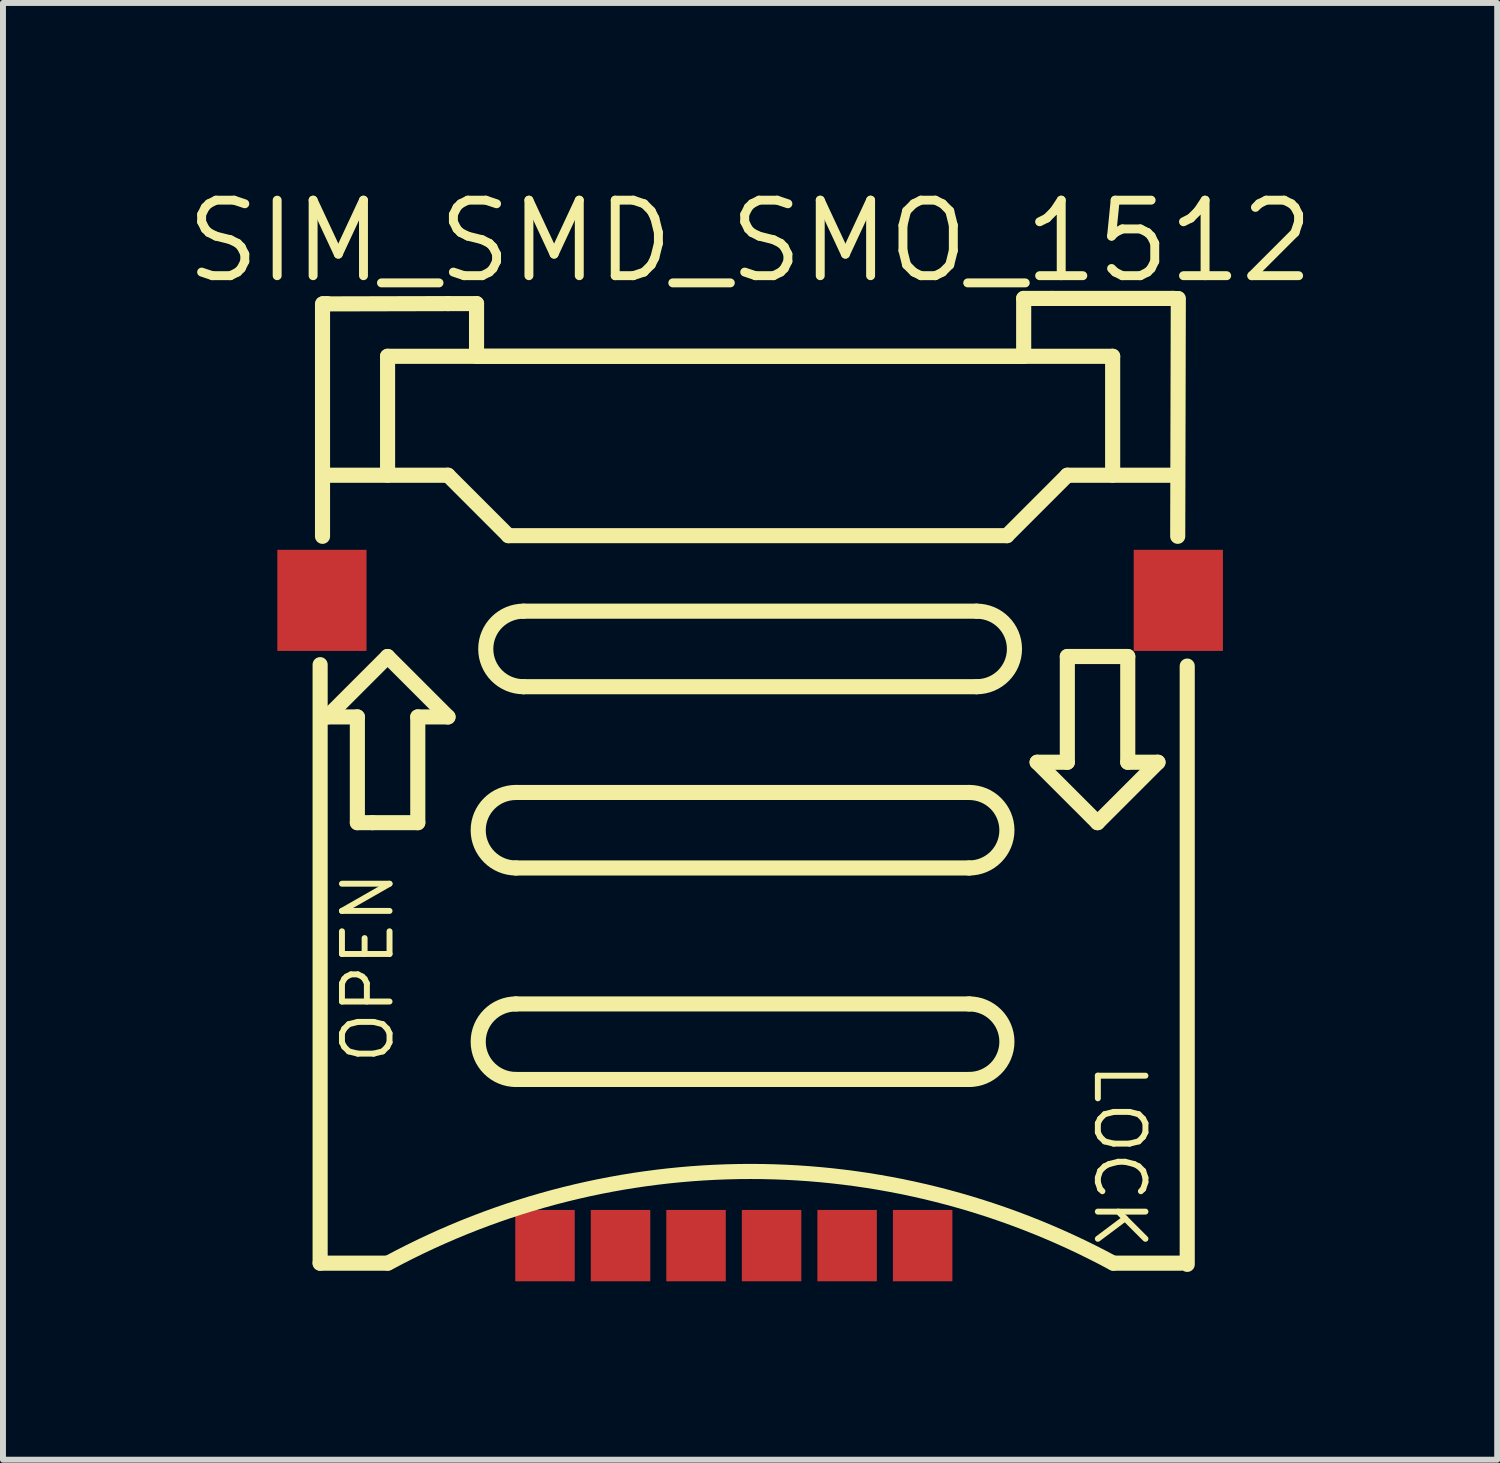
<source format=kicad_pcb>
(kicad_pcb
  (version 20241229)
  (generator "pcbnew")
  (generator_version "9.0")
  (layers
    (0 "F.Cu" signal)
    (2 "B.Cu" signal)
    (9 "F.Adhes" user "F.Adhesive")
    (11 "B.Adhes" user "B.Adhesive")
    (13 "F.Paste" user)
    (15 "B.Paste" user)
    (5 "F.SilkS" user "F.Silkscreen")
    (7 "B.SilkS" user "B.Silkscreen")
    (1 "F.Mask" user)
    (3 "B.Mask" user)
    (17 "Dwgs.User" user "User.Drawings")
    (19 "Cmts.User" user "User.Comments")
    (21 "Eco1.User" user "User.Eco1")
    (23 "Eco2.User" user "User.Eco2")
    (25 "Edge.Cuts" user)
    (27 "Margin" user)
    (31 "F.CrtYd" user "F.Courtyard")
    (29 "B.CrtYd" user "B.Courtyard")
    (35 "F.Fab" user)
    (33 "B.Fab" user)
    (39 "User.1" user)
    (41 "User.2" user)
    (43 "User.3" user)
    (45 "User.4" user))
  (footprint "SIM_SMD_SMO_1512"
    (layer "F.Cu")
    (at 9.563 12.47)
    (property "Reference" "SIM_SMD_SMO_1512" (at 0 -11.464 0) (layer "F.SilkS") (effects (font (size 1.27 1.27) (thickness 0.15))))
    (fp_line (start -7.23 -4.344) (end -7.23 5.72) (stroke (width 0.254) (type default)) (layer "F.SilkS"))
    (fp_line (start -7.23 5.72) (end -6.1 5.72) (stroke (width 0.254) (type default)) (layer "F.SilkS"))
    (fp_line (start -7.19 -10.41) (end -7.19 -6.502) (stroke (width 0.254) (type default)) (layer "F.SilkS"))
    (fp_line (start -7.181 -10.41) (end -5.08 -10.415) (stroke (width 0.254) (type default)) (layer "F.SilkS"))
    (fp_line (start -7.112 -10.415) (end -7.181 -10.41) (stroke (width 0.254) (type default)) (layer "F.SilkS"))
    (fp_line (start -7.112 -7.529) (end -5.08 -7.529) (stroke (width 0.254) (type default)) (layer "F.SilkS"))
    (fp_line (start -7.112 -3.465) (end -6.604 -3.465) (stroke (width 0.254) (type default)) (layer "F.SilkS"))
    (fp_line (start -6.604 -3.465) (end -6.604 -1.687) (stroke (width 0.254) (type default)) (layer "F.SilkS"))
    (fp_line (start -6.604 -1.687) (end -6.35 -1.687) (stroke (width 0.254) (type default)) (layer "F.SilkS"))
    (fp_line (start -6.35 -1.687) (end -5.588 -1.687) (stroke (width 0.254) (type default)) (layer "F.SilkS"))
    (fp_line (start -6.096 -9.529) (end 6.096 -9.529) (stroke (width 0.254) (type default)) (layer "F.SilkS"))
    (fp_line (start -6.096 -7.53) (end -6.096 -9.529) (stroke (width 0.254) (type default)) (layer "F.SilkS"))
    (fp_line (start -6.096 -4.481) (end -7.112 -3.465) (stroke (width 0.254) (type default)) (layer "F.SilkS"))
    (fp_line (start -5.588 -3.465) (end -5.08 -3.465) (stroke (width 0.254) (type default)) (layer "F.SilkS"))
    (fp_line (start -5.588 -1.687) (end -5.588 -3.465) (stroke (width 0.254) (type default)) (layer "F.SilkS"))
    (fp_line (start -5.08 -10.415) (end -4.6 -10.415) (stroke (width 0.254) (type default)) (layer "F.SilkS"))
    (fp_line (start -5.08 -7.529) (end -4.064 -6.513) (stroke (width 0.254) (type default)) (layer "F.SilkS"))
    (fp_line (start -5.08 -3.465) (end -6.096 -4.481) (stroke (width 0.254) (type default)) (layer "F.SilkS"))
    (fp_line (start -4.6 -10.415) (end -4.6 -9.529) (stroke (width 0.254) (type default)) (layer "F.SilkS"))
    (fp_line (start -4.6 -9.529) (end 4.6 -9.529) (stroke (width 0.254) (type default)) (layer "F.SilkS"))
    (fp_line (start -4.064 -6.513) (end 4.318 -6.513) (stroke (width 0.254) (type default)) (layer "F.SilkS"))
    (fp_line (start -3.937 -2.195) (end 3.683 -2.195) (stroke (width 0.254) (type default)) (layer "F.SilkS"))
    (fp_line (start -3.937 -0.925) (end 3.683 -0.925) (stroke (width 0.254) (type default)) (layer "F.SilkS"))
    (fp_line (start -3.937 1.361) (end 3.683 1.361) (stroke (width 0.254) (type default)) (layer "F.SilkS"))
    (fp_line (start -3.937 2.631) (end 3.683 2.631) (stroke (width 0.254) (type default)) (layer "F.SilkS"))
    (fp_line (start -3.81 -5.243) (end 3.81 -5.243) (stroke (width 0.254) (type default)) (layer "F.SilkS"))
    (fp_line (start -3.81 -3.973) (end 3.81 -3.973) (stroke (width 0.254) (type default)) (layer "F.SilkS"))
    (fp_line (start 4.318 -6.513) (end 5.334 -7.529) (stroke (width 0.254) (type default)) (layer "F.SilkS"))
    (fp_line (start 4.6 -10.502) (end 5.08 -10.502) (stroke (width 0.254) (type default)) (layer "F.SilkS"))
    (fp_line (start 4.6 -9.529) (end 4.6 -10.502) (stroke (width 0.254) (type default)) (layer "F.SilkS"))
    (fp_line (start 4.826 -2.703) (end 5.842 -1.687) (stroke (width 0.254) (type default)) (layer "F.SilkS"))
    (fp_line (start 5.08 -10.502) (end 7.112 -10.502) (stroke (width 0.254) (type default)) (layer "F.SilkS"))
    (fp_line (start 5.334 -7.529) (end 7.112 -7.529) (stroke (width 0.254) (type default)) (layer "F.SilkS"))
    (fp_line (start 5.334 -4.481) (end 5.334 -2.703) (stroke (width 0.254) (type default)) (layer "F.SilkS"))
    (fp_line (start 5.334 -2.703) (end 4.826 -2.703) (stroke (width 0.254) (type default)) (layer "F.SilkS"))
    (fp_line (start 5.842 -1.687) (end 6.858 -2.703) (stroke (width 0.254) (type default)) (layer "F.SilkS"))
    (fp_line (start 6.096 -9.529) (end 6.096 -7.53) (stroke (width 0.254) (type default)) (layer "F.SilkS"))
    (fp_line (start 6.096 -4.481) (end 5.334 -4.481) (stroke (width 0.254) (type default)) (layer "F.SilkS"))
    (fp_line (start 6.11 5.72) (end 7.24 5.72) (stroke (width 0.254) (type default)) (layer "F.SilkS"))
    (fp_line (start 6.35 -4.481) (end 6.096 -4.481) (stroke (width 0.254) (type default)) (layer "F.SilkS"))
    (fp_line (start 6.35 -2.703) (end 6.35 -4.481) (stroke (width 0.254) (type default)) (layer "F.SilkS"))
    (fp_line (start 6.858 -2.703) (end 6.35 -2.703) (stroke (width 0.254) (type default)) (layer "F.SilkS"))
    (fp_line (start 7.112 -10.502) (end 7.191 -10.499) (stroke (width 0.254) (type default)) (layer "F.SilkS"))
    (fp_line (start 7.2 -10.5) (end 7.19 -6.502) (stroke (width 0.254) (type default)) (layer "F.SilkS"))
    (fp_line (start 7.35 -4.32) (end 7.35 5.74) (stroke (width 0.254) (type default)) (layer "F.SilkS"))
    (fp_arc (start -6.09 5.72) (mid 0.008 4.177965) (end 6.106 5.72) (stroke (width 0.254) (type default)) (layer "F.SilkS"))
    (fp_arc (start -3.937 -0.925) (mid -4.572 -1.56) (end -3.937 -2.195) (stroke (width 0.254) (type default)) (layer "F.SilkS"))
    (fp_arc (start -3.937 2.631) (mid -4.572 1.996) (end -3.937 1.361) (stroke (width 0.254) (type default)) (layer "F.SilkS"))
    (fp_arc (start -3.81 -3.973) (mid -4.445 -4.608) (end -3.81 -5.243) (stroke (width 0.254) (type default)) (layer "F.SilkS"))
    (fp_arc (start 3.683 -2.195) (mid 4.318 -1.56) (end 3.683 -0.925) (stroke (width 0.254) (type default)) (layer "F.SilkS"))
    (fp_arc (start 3.683 1.361) (mid 4.318 1.996) (end 3.683 2.631) (stroke (width 0.254) (type default)) (layer "F.SilkS"))
    (fp_arc (start 3.81 -5.243) (mid 4.445 -4.608) (end 3.81 -3.973) (stroke (width 0.254) (type default)) (layer "F.SilkS"))
    (fp_circle (center 7.736 -10.4) (end 7.766 -10.4) (stroke (width 0.06) (type default)) (fill no) (layer "User.5"))
    (fp_text user "OPEN" (at -6.896 2.415 90) (unlocked yes) (layer "F.SilkS") (effects (font (size 0.8 0.8) (thickness 0.1)) (justify left top)))
    (fp_text user "LOCK" (at 6.68 2.311 270) (unlocked yes) (layer "F.SilkS") (effects (font (size 0.8 0.8) (thickness 0.1)) (justify left top)))
    (pad "7" smd rect (at 7.2 -5.425) (size 1.5 1.7) (layers "F.Cu" "F.Mask" "F.Paste"))
    (pad "8" smd rect (at -7.2 -5.425) (size 1.5 1.7) (layers "F.Cu" "F.Mask" "F.Paste"))
    (pad "C1" smd rect (at -2.179 5.425) (size 1 1.2) (layers "F.Cu" "F.Mask" "F.Paste"))
    (pad "C2" smd rect (at 0.361 5.425) (size 1 1.2) (layers "F.Cu" "F.Mask" "F.Paste"))
    (pad "C3" smd rect (at 2.901 5.425) (size 1 1.2) (layers "F.Cu" "F.Mask" "F.Paste"))
    (pad "C5" smd rect (at -3.449 5.425) (size 1 1.2) (layers "F.Cu" "F.Mask" "F.Paste"))
    (pad "C6" smd rect (at -0.909 5.425) (size 1 1.2) (layers "F.Cu" "F.Mask" "F.Paste"))
    (pad "C7" smd rect (at 1.631 5.425) (size 1 1.2) (layers "F.Cu" "F.Mask" "F.Paste"))
    (zone (net_name "") (layer "Dwgs.User") (hatch edge 0.5) (priority 100) (connect_pads yes) (min_thickness 0) (filled_areas_thickness no) (fill yes) (polygon (pts (arc (start 2.362525 2.1971) (mid 2.235525 2.0701) (end 2.362525 1.9431)) (arc (start 4.862525 1.9431) (mid 4.952328 1.980297) (end 4.989525 2.0701)) (xy 4.99 2.943) (xy 14.136 2.943) (arc (start 14.135525 2.0701) (mid 14.172722 1.980297) (end 14.262525 1.9431)) (arc (start 16.662525 1.9431) (mid 16.789525 2.0701) (end 16.662525 2.1971)) (xy 14.39 2.197) (arc (start 14.389525 3.0701) (mid 14.352328 3.159903) (end 14.262525 3.1971)) (arc (start 4.862525 3.1971) (mid 4.772722 3.159903) (end 4.735525 3.0701)) (xy 4.736 2.197))) (filled_polygon (layer "Dwgs.User") (island) (pts (arc (start 2.362525 2.1971) (mid 2.235525 2.0701) (end 2.362525 1.9431)) (arc (start 4.862525 1.9431) (mid 4.952328 1.980297) (end 4.989525 2.0701)) (xy 4.99 2.943) (xy 14.136 2.943) (arc (start 14.135525 2.0701) (mid 14.172722 1.980297) (end 14.262525 1.9431)) (arc (start 16.662525 1.9431) (mid 16.789525 2.0701) (end 16.662525 2.1971)) (xy 14.39 2.197) (arc (start 14.389525 3.0701) (mid 14.352328 3.159903) (end 14.262525 3.1971)) (arc (start 4.862525 3.1971) (mid 4.772722 3.159903) (end 4.735525 3.0701)) (xy 4.736 2.197))))
    (zone (net_name "") (layer "Dwgs.User") (hatch edge 0.5) (priority 100) (connect_pads yes) (min_thickness 0) (filled_areas_thickness no) (fill yes) (polygon (pts (arc (start 15.600825 18.2811) (mid 9.612525 16.727922) (end 3.624225 18.2811)) (arc (start 3.624225 18.2811) (mid 3.451525 18.2318) (end 3.500825 18.0591)) (arc (start 3.500825 18.0591) (mid 9.612525 16.473931) (end 15.724225 18.0591)) (arc (start 15.724225 18.0591) (mid 15.773525 18.2318) (end 15.600825 18.2811)))) (filled_polygon (layer "Dwgs.User") (island) (pts (arc (start 15.600825 18.2811) (mid 9.612525 16.727922) (end 3.624225 18.2811)) (arc (start 3.624225 18.2811) (mid 3.451525 18.2318) (end 3.500825 18.0591)) (arc (start 3.500825 18.0591) (mid 9.612525 16.473931) (end 15.724225 18.0591)) (arc (start 15.724225 18.0591) (mid 15.773525 18.2318) (end 15.600825 18.2811)))))
    (zone (net_name "") (layer "User.3") (hatch edge 0.5) (priority 100) (connect_pads yes) (min_thickness 0) (filled_areas_thickness no) (fill yes) (polygon (pts (xy 2.233 2.07) (xy 4.963 2.07) (xy 4.963 2.92) (xy 14.163 2.92) (xy 14.163 2.07) (xy 16.893 2.07) (xy 16.893 18.19) (xy 2.233 18.19))) (filled_polygon (layer "User.3") (island) (pts (xy 2.233 2.07) (xy 4.963 2.07) (xy 4.963 2.92) (xy 14.163 2.92) (xy 14.163 2.07) (xy 16.893 2.07) (xy 16.893 18.19) (xy 2.233 18.19))))
    (zone (net_name "") (layer "User.4") (hatch edge 0.5) (priority 100) (connect_pads yes) (min_thickness 0) (filled_areas_thickness no) (fill yes) (polygon (pts (xy 1.689 7.45) (xy 2.899 7.45) (xy 2.899 6.64) (xy 1.689 6.64))) (filled_polygon (layer "User.4") (island) (pts (xy 1.689 7.45) (xy 2.899 7.45) (xy 2.899 6.64) (xy 1.689 6.64))))
    (zone (net_name "") (layer "User.4") (hatch edge 0.5) (priority 100) (connect_pads yes) (min_thickness 0) (filled_areas_thickness no) (fill yes) (polygon (pts (xy 6.413 17.296) (xy 5.813 17.296) (xy 5.813 18.494) (xy 6.413 18.494))) (filled_polygon (layer "User.4") (island) (pts (xy 6.413 17.296) (xy 5.813 17.296) (xy 5.813 18.494) (xy 6.413 18.494))))
    (zone (net_name "") (layer "User.4") (hatch edge 0.5) (priority 100) (connect_pads yes) (min_thickness 0) (filled_areas_thickness no) (fill yes) (polygon (pts (xy 7.684 17.296) (xy 7.084 17.296) (xy 7.084 18.494) (xy 7.684 18.494))) (filled_polygon (layer "User.4") (island) (pts (xy 7.684 17.296) (xy 7.084 17.296) (xy 7.084 18.494) (xy 7.684 18.494))))
    (zone (net_name "") (layer "User.4") (hatch edge 0.5) (priority 100) (connect_pads yes) (min_thickness 0) (filled_areas_thickness no) (fill yes) (polygon (pts (xy 8.953 17.296) (xy 8.353 17.296) (xy 8.353 18.494) (xy 8.953 18.494))) (filled_polygon (layer "User.4") (island) (pts (xy 8.953 17.296) (xy 8.353 17.296) (xy 8.353 18.494) (xy 8.953 18.494))))
    (zone (net_name "") (layer "User.4") (hatch edge 0.5) (priority 100) (connect_pads yes) (min_thickness 0) (filled_areas_thickness no) (fill yes) (polygon (pts (xy 10.223 17.296) (xy 9.623 17.296) (xy 9.623 18.494) (xy 10.223 18.494))) (filled_polygon (layer "User.4") (island) (pts (xy 10.223 17.296) (xy 9.623 17.296) (xy 9.623 18.494) (xy 10.223 18.494))))
    (zone (net_name "") (layer "User.4") (hatch edge 0.5) (priority 100) (connect_pads yes) (min_thickness 0) (filled_areas_thickness no) (fill yes) (polygon (pts (xy 11.493 17.296) (xy 10.893 17.296) (xy 10.893 18.494) (xy 11.493 18.494))) (filled_polygon (layer "User.4") (island) (pts (xy 11.493 17.296) (xy 10.893 17.296) (xy 10.893 18.494) (xy 11.493 18.494))))
    (zone (net_name "") (layer "User.4") (hatch edge 0.5) (priority 100) (connect_pads yes) (min_thickness 0) (filled_areas_thickness no) (fill yes) (polygon (pts (xy 12.763 17.296) (xy 12.163 17.296) (xy 12.163 18.494) (xy 12.763 18.494))) (filled_polygon (layer "User.4") (island) (pts (xy 12.763 17.296) (xy 12.163 17.296) (xy 12.163 18.494) (xy 12.763 18.494))))
    (zone (net_name "") (layer "User.4") (hatch edge 0.5) (priority 100) (connect_pads yes) (min_thickness 0) (filled_areas_thickness no) (fill yes) (polygon (pts (xy 16.088 7.45) (xy 17.298 7.45) (xy 17.298 6.64) (xy 16.088 6.64))) (filled_polygon (layer "User.4") (island) (pts (xy 16.088 7.45) (xy 17.298 7.45) (xy 17.298 6.64) (xy 16.088 6.64)))))
  (gr_rect
    (start -3 -3)
    (end 22.125 21.495)
    (stroke (width 0.1) (type default))
    (fill no)
    (layer "Edge.Cuts")))
</source>
